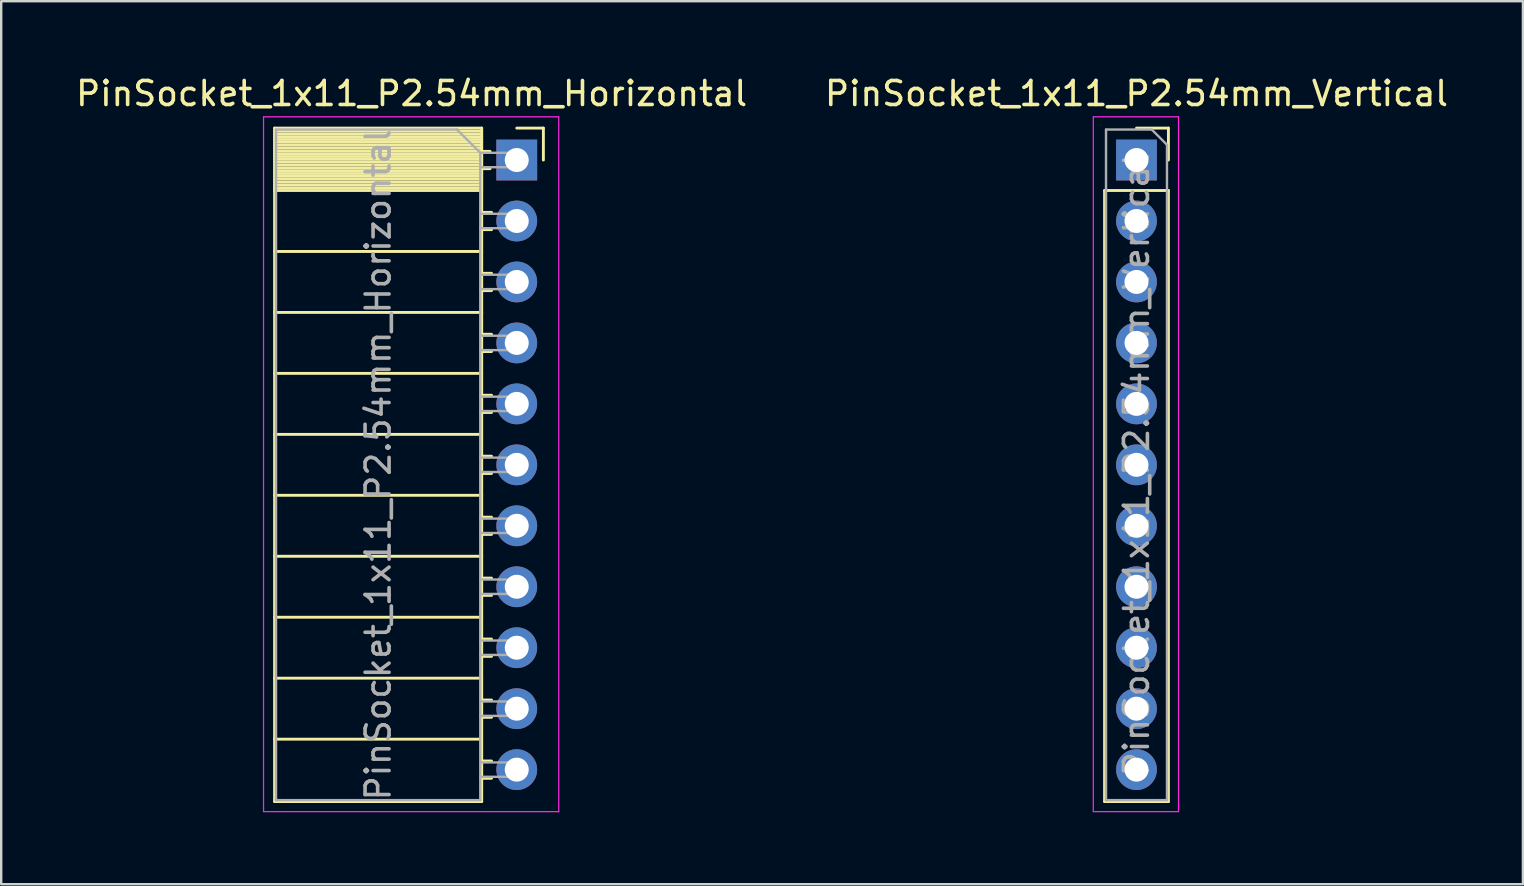
<source format=kicad_pcb>
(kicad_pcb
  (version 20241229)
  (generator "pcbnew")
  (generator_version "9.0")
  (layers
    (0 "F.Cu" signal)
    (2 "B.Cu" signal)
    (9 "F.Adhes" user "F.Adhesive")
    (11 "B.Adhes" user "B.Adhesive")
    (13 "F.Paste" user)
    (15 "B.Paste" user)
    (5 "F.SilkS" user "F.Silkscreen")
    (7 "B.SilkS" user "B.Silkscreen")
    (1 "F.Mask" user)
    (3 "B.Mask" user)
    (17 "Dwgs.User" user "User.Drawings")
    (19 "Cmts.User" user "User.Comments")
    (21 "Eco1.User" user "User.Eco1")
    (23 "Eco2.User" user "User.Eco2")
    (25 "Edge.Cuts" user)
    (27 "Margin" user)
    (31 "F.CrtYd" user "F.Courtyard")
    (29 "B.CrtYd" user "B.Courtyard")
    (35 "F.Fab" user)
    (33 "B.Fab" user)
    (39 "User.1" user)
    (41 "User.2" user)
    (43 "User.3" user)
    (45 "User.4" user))
  (footprint "PinSocket_1x11_P2.54mm_Vertical"
    (layer "F.Cu")
    (at 44.304 3.618)
    (property "Reference" "PinSocket_1x11_P2.54mm_Vertical" (at 0 -2.77 0) (layer "F.SilkS") (effects (font (size 1 1) (thickness 0.15))))
    (attr through_hole)
    (fp_line (start -1.33 1.27) (end -1.33 26.73) (stroke (width 0.12) (type solid)) (layer "F.SilkS"))
    (fp_line (start -1.33 1.27) (end 1.33 1.27) (stroke (width 0.12) (type solid)) (layer "F.SilkS"))
    (fp_line (start -1.33 26.73) (end 1.33 26.73) (stroke (width 0.12) (type solid)) (layer "F.SilkS"))
    (fp_line (start 0 -1.33) (end 1.33 -1.33) (stroke (width 0.12) (type solid)) (layer "F.SilkS"))
    (fp_line (start 1.33 -1.33) (end 1.33 0) (stroke (width 0.12) (type solid)) (layer "F.SilkS"))
    (fp_line (start 1.33 1.27) (end 1.33 26.73) (stroke (width 0.12) (type solid)) (layer "F.SilkS"))
    (fp_line (start -1.8 -1.8) (end 1.75 -1.8) (stroke (width 0.05) (type solid)) (layer "F.CrtYd"))
    (fp_line (start -1.8 27.15) (end -1.8 -1.8) (stroke (width 0.05) (type solid)) (layer "F.CrtYd"))
    (fp_line (start 1.75 -1.8) (end 1.75 27.15) (stroke (width 0.05) (type solid)) (layer "F.CrtYd"))
    (fp_line (start 1.75 27.15) (end -1.8 27.15) (stroke (width 0.05) (type solid)) (layer "F.CrtYd"))
    (fp_line (start -1.27 -1.27) (end 0.635 -1.27) (stroke (width 0.1) (type solid)) (layer "F.Fab"))
    (fp_line (start -1.27 26.67) (end -1.27 -1.27) (stroke (width 0.1) (type solid)) (layer "F.Fab"))
    (fp_line (start 0.635 -1.27) (end 1.27 -0.635) (stroke (width 0.1) (type solid)) (layer "F.Fab"))
    (fp_line (start 1.27 -0.635) (end 1.27 26.67) (stroke (width 0.1) (type solid)) (layer "F.Fab"))
    (fp_line (start 1.27 26.67) (end -1.27 26.67) (stroke (width 0.1) (type solid)) (layer "F.Fab"))
    (fp_text user "${REFERENCE}" (at 0 12.7 90) (layer "F.Fab") (effects (font (size 1 1) (thickness 0.15))))
    (pad "1" thru_hole rect (at 0 0) (size 1.7 1.7) (drill 1) (layers "*.Cu" "*.Mask"))
    (pad "2" thru_hole circle (at 0 2.54) (size 1.7 1.7) (drill 1) (layers "*.Cu" "*.Mask"))
    (pad "3" thru_hole circle (at 0 5.08) (size 1.7 1.7) (drill 1) (layers "*.Cu" "*.Mask"))
    (pad "4" thru_hole circle (at 0 7.62) (size 1.7 1.7) (drill 1) (layers "*.Cu" "*.Mask"))
    (pad "5" thru_hole circle (at 0 10.16) (size 1.7 1.7) (drill 1) (layers "*.Cu" "*.Mask"))
    (pad "6" thru_hole circle (at 0 12.7) (size 1.7 1.7) (drill 1) (layers "*.Cu" "*.Mask"))
    (pad "7" thru_hole circle (at 0 15.24) (size 1.7 1.7) (drill 1) (layers "*.Cu" "*.Mask"))
    (pad "8" thru_hole circle (at 0 17.78) (size 1.7 1.7) (drill 1) (layers "*.Cu" "*.Mask"))
    (pad "9" thru_hole circle (at 0 20.32) (size 1.7 1.7) (drill 1) (layers "*.Cu" "*.Mask"))
    (pad "10" thru_hole circle (at 0 22.86) (size 1.7 1.7) (drill 1) (layers "*.Cu" "*.Mask"))
    (pad "11" thru_hole circle (at 0 25.4) (size 1.7 1.7) (drill 1) (layers "*.Cu" "*.Mask")))
  (footprint "PinSocket_1x11_P2.54mm_Horizontal"
    (layer "F.Cu")
    (at 18.481 3.618)
    (property "Reference" "PinSocket_1x11_P2.54mm_Horizontal" (at -4.38 -2.77 0) (layer "F.SilkS") (effects (font (size 1 1) (thickness 0.15))))
    (attr through_hole)
    (fp_line (start -10.09 -1.33) (end -10.09 26.73) (stroke (width 0.12) (type solid)) (layer "F.SilkS"))
    (fp_line (start -10.09 -1.33) (end -1.46 -1.33) (stroke (width 0.12) (type solid)) (layer "F.SilkS"))
    (fp_line (start -10.09 -1.21) (end -1.46 -1.21) (stroke (width 0.12) (type solid)) (layer "F.SilkS"))
    (fp_line (start -10.09 -1.092) (end -1.46 -1.092) (stroke (width 0.12) (type solid)) (layer "F.SilkS"))
    (fp_line (start -10.09 -0.974) (end -1.46 -0.974) (stroke (width 0.12) (type solid)) (layer "F.SilkS"))
    (fp_line (start -10.09 -0.856) (end -1.46 -0.856) (stroke (width 0.12) (type solid)) (layer "F.SilkS"))
    (fp_line (start -10.09 -0.738) (end -1.46 -0.738) (stroke (width 0.12) (type solid)) (layer "F.SilkS"))
    (fp_line (start -10.09 -0.62) (end -1.46 -0.62) (stroke (width 0.12) (type solid)) (layer "F.SilkS"))
    (fp_line (start -10.09 -0.501) (end -1.46 -0.501) (stroke (width 0.12) (type solid)) (layer "F.SilkS"))
    (fp_line (start -10.09 -0.383) (end -1.46 -0.383) (stroke (width 0.12) (type solid)) (layer "F.SilkS"))
    (fp_line (start -10.09 -0.265) (end -1.46 -0.265) (stroke (width 0.12) (type solid)) (layer "F.SilkS"))
    (fp_line (start -10.09 -0.147) (end -1.46 -0.147) (stroke (width 0.12) (type solid)) (layer "F.SilkS"))
    (fp_line (start -10.09 -0.029) (end -1.46 -0.029) (stroke (width 0.12) (type solid)) (layer "F.SilkS"))
    (fp_line (start -10.09 0.089) (end -1.46 0.089) (stroke (width 0.12) (type solid)) (layer "F.SilkS"))
    (fp_line (start -10.09 0.207) (end -1.46 0.207) (stroke (width 0.12) (type solid)) (layer "F.SilkS"))
    (fp_line (start -10.09 0.325) (end -1.46 0.325) (stroke (width 0.12) (type solid)) (layer "F.SilkS"))
    (fp_line (start -10.09 0.443) (end -1.46 0.443) (stroke (width 0.12) (type solid)) (layer "F.SilkS"))
    (fp_line (start -10.09 0.561) (end -1.46 0.561) (stroke (width 0.12) (type solid)) (layer "F.SilkS"))
    (fp_line (start -10.09 0.68) (end -1.46 0.68) (stroke (width 0.12) (type solid)) (layer "F.SilkS"))
    (fp_line (start -10.09 0.798) (end -1.46 0.798) (stroke (width 0.12) (type solid)) (layer "F.SilkS"))
    (fp_line (start -10.09 0.916) (end -1.46 0.916) (stroke (width 0.12) (type solid)) (layer "F.SilkS"))
    (fp_line (start -10.09 1.034) (end -1.46 1.034) (stroke (width 0.12) (type solid)) (layer "F.SilkS"))
    (fp_line (start -10.09 1.152) (end -1.46 1.152) (stroke (width 0.12) (type solid)) (layer "F.SilkS"))
    (fp_line (start -10.09 1.27) (end -1.46 1.27) (stroke (width 0.12) (type solid)) (layer "F.SilkS"))
    (fp_line (start -10.09 3.81) (end -1.46 3.81) (stroke (width 0.12) (type solid)) (layer "F.SilkS"))
    (fp_line (start -10.09 6.35) (end -1.46 6.35) (stroke (width 0.12) (type solid)) (layer "F.SilkS"))
    (fp_line (start -10.09 8.89) (end -1.46 8.89) (stroke (width 0.12) (type solid)) (layer "F.SilkS"))
    (fp_line (start -10.09 11.43) (end -1.46 11.43) (stroke (width 0.12) (type solid)) (layer "F.SilkS"))
    (fp_line (start -10.09 13.97) (end -1.46 13.97) (stroke (width 0.12) (type solid)) (layer "F.SilkS"))
    (fp_line (start -10.09 16.51) (end -1.46 16.51) (stroke (width 0.12) (type solid)) (layer "F.SilkS"))
    (fp_line (start -10.09 19.05) (end -1.46 19.05) (stroke (width 0.12) (type solid)) (layer "F.SilkS"))
    (fp_line (start -10.09 21.59) (end -1.46 21.59) (stroke (width 0.12) (type solid)) (layer "F.SilkS"))
    (fp_line (start -10.09 24.13) (end -1.46 24.13) (stroke (width 0.12) (type solid)) (layer "F.SilkS"))
    (fp_line (start -10.09 26.73) (end -1.46 26.73) (stroke (width 0.12) (type solid)) (layer "F.SilkS"))
    (fp_line (start -1.46 -1.33) (end -1.46 26.73) (stroke (width 0.12) (type solid)) (layer "F.SilkS"))
    (fp_line (start -1.46 -0.36) (end -1.11 -0.36) (stroke (width 0.12) (type solid)) (layer "F.SilkS"))
    (fp_line (start -1.46 0.36) (end -1.11 0.36) (stroke (width 0.12) (type solid)) (layer "F.SilkS"))
    (fp_line (start -1.46 2.18) (end -1.05 2.18) (stroke (width 0.12) (type solid)) (layer "F.SilkS"))
    (fp_line (start -1.46 2.9) (end -1.05 2.9) (stroke (width 0.12) (type solid)) (layer "F.SilkS"))
    (fp_line (start -1.46 4.72) (end -1.05 4.72) (stroke (width 0.12) (type solid)) (layer "F.SilkS"))
    (fp_line (start -1.46 5.44) (end -1.05 5.44) (stroke (width 0.12) (type solid)) (layer "F.SilkS"))
    (fp_line (start -1.46 7.26) (end -1.05 7.26) (stroke (width 0.12) (type solid)) (layer "F.SilkS"))
    (fp_line (start -1.46 7.98) (end -1.05 7.98) (stroke (width 0.12) (type solid)) (layer "F.SilkS"))
    (fp_line (start -1.46 9.8) (end -1.05 9.8) (stroke (width 0.12) (type solid)) (layer "F.SilkS"))
    (fp_line (start -1.46 10.52) (end -1.05 10.52) (stroke (width 0.12) (type solid)) (layer "F.SilkS"))
    (fp_line (start -1.46 12.34) (end -1.05 12.34) (stroke (width 0.12) (type solid)) (layer "F.SilkS"))
    (fp_line (start -1.46 13.06) (end -1.05 13.06) (stroke (width 0.12) (type solid)) (layer "F.SilkS"))
    (fp_line (start -1.46 14.88) (end -1.05 14.88) (stroke (width 0.12) (type solid)) (layer "F.SilkS"))
    (fp_line (start -1.46 15.6) (end -1.05 15.6) (stroke (width 0.12) (type solid)) (layer "F.SilkS"))
    (fp_line (start -1.46 17.42) (end -1.05 17.42) (stroke (width 0.12) (type solid)) (layer "F.SilkS"))
    (fp_line (start -1.46 18.14) (end -1.05 18.14) (stroke (width 0.12) (type solid)) (layer "F.SilkS"))
    (fp_line (start -1.46 19.96) (end -1.05 19.96) (stroke (width 0.12) (type solid)) (layer "F.SilkS"))
    (fp_line (start -1.46 20.68) (end -1.05 20.68) (stroke (width 0.12) (type solid)) (layer "F.SilkS"))
    (fp_line (start -1.46 22.5) (end -1.05 22.5) (stroke (width 0.12) (type solid)) (layer "F.SilkS"))
    (fp_line (start -1.46 23.22) (end -1.05 23.22) (stroke (width 0.12) (type solid)) (layer "F.SilkS"))
    (fp_line (start -1.46 25.04) (end -1.05 25.04) (stroke (width 0.12) (type solid)) (layer "F.SilkS"))
    (fp_line (start -1.46 25.76) (end -1.05 25.76) (stroke (width 0.12) (type solid)) (layer "F.SilkS"))
    (fp_line (start 0 -1.33) (end 1.11 -1.33) (stroke (width 0.12) (type solid)) (layer "F.SilkS"))
    (fp_line (start 1.11 -1.33) (end 1.11 0) (stroke (width 0.12) (type solid)) (layer "F.SilkS"))
    (fp_line (start -10.55 -1.8) (end -10.55 27.15) (stroke (width 0.05) (type solid)) (layer "F.CrtYd"))
    (fp_line (start -10.55 27.15) (end 1.75 27.15) (stroke (width 0.05) (type solid)) (layer "F.CrtYd"))
    (fp_line (start 1.75 -1.8) (end -10.55 -1.8) (stroke (width 0.05) (type solid)) (layer "F.CrtYd"))
    (fp_line (start 1.75 27.15) (end 1.75 -1.8) (stroke (width 0.05) (type solid)) (layer "F.CrtYd"))
    (fp_line (start -10.03 -1.27) (end -2.49 -1.27) (stroke (width 0.1) (type solid)) (layer "F.Fab"))
    (fp_line (start -10.03 26.67) (end -10.03 -1.27) (stroke (width 0.1) (type solid)) (layer "F.Fab"))
    (fp_line (start -2.49 -1.27) (end -1.52 -0.3) (stroke (width 0.1) (type solid)) (layer "F.Fab"))
    (fp_line (start -1.52 -0.3) (end -1.52 26.67) (stroke (width 0.1) (type solid)) (layer "F.Fab"))
    (fp_line (start -1.52 0.3) (end 0 0.3) (stroke (width 0.1) (type solid)) (layer "F.Fab"))
    (fp_line (start -1.52 2.84) (end 0 2.84) (stroke (width 0.1) (type solid)) (layer "F.Fab"))
    (fp_line (start -1.52 5.38) (end 0 5.38) (stroke (width 0.1) (type solid)) (layer "F.Fab"))
    (fp_line (start -1.52 7.92) (end 0 7.92) (stroke (width 0.1) (type solid)) (layer "F.Fab"))
    (fp_line (start -1.52 10.46) (end 0 10.46) (stroke (width 0.1) (type solid)) (layer "F.Fab"))
    (fp_line (start -1.52 13) (end 0 13) (stroke (width 0.1) (type solid)) (layer "F.Fab"))
    (fp_line (start -1.52 15.54) (end 0 15.54) (stroke (width 0.1) (type solid)) (layer "F.Fab"))
    (fp_line (start -1.52 18.08) (end 0 18.08) (stroke (width 0.1) (type solid)) (layer "F.Fab"))
    (fp_line (start -1.52 20.62) (end 0 20.62) (stroke (width 0.1) (type solid)) (layer "F.Fab"))
    (fp_line (start -1.52 23.16) (end 0 23.16) (stroke (width 0.1) (type solid)) (layer "F.Fab"))
    (fp_line (start -1.52 25.7) (end 0 25.7) (stroke (width 0.1) (type solid)) (layer "F.Fab"))
    (fp_line (start -1.52 26.67) (end -10.03 26.67) (stroke (width 0.1) (type solid)) (layer "F.Fab"))
    (fp_line (start 0 -0.3) (end -1.52 -0.3) (stroke (width 0.1) (type solid)) (layer "F.Fab"))
    (fp_line (start 0 0.3) (end 0 -0.3) (stroke (width 0.1) (type solid)) (layer "F.Fab"))
    (fp_line (start 0 2.24) (end -1.52 2.24) (stroke (width 0.1) (type solid)) (layer "F.Fab"))
    (fp_line (start 0 2.84) (end 0 2.24) (stroke (width 0.1) (type solid)) (layer "F.Fab"))
    (fp_line (start 0 4.78) (end -1.52 4.78) (stroke (width 0.1) (type solid)) (layer "F.Fab"))
    (fp_line (start 0 5.38) (end 0 4.78) (stroke (width 0.1) (type solid)) (layer "F.Fab"))
    (fp_line (start 0 7.32) (end -1.52 7.32) (stroke (width 0.1) (type solid)) (layer "F.Fab"))
    (fp_line (start 0 7.92) (end 0 7.32) (stroke (width 0.1) (type solid)) (layer "F.Fab"))
    (fp_line (start 0 9.86) (end -1.52 9.86) (stroke (width 0.1) (type solid)) (layer "F.Fab"))
    (fp_line (start 0 10.46) (end 0 9.86) (stroke (width 0.1) (type solid)) (layer "F.Fab"))
    (fp_line (start 0 12.4) (end -1.52 12.4) (stroke (width 0.1) (type solid)) (layer "F.Fab"))
    (fp_line (start 0 13) (end 0 12.4) (stroke (width 0.1) (type solid)) (layer "F.Fab"))
    (fp_line (start 0 14.94) (end -1.52 14.94) (stroke (width 0.1) (type solid)) (layer "F.Fab"))
    (fp_line (start 0 15.54) (end 0 14.94) (stroke (width 0.1) (type solid)) (layer "F.Fab"))
    (fp_line (start 0 17.48) (end -1.52 17.48) (stroke (width 0.1) (type solid)) (layer "F.Fab"))
    (fp_line (start 0 18.08) (end 0 17.48) (stroke (width 0.1) (type solid)) (layer "F.Fab"))
    (fp_line (start 0 20.02) (end -1.52 20.02) (stroke (width 0.1) (type solid)) (layer "F.Fab"))
    (fp_line (start 0 20.62) (end 0 20.02) (stroke (width 0.1) (type solid)) (layer "F.Fab"))
    (fp_line (start 0 22.56) (end -1.52 22.56) (stroke (width 0.1) (type solid)) (layer "F.Fab"))
    (fp_line (start 0 23.16) (end 0 22.56) (stroke (width 0.1) (type solid)) (layer "F.Fab"))
    (fp_line (start 0 25.1) (end -1.52 25.1) (stroke (width 0.1) (type solid)) (layer "F.Fab"))
    (fp_line (start 0 25.7) (end 0 25.1) (stroke (width 0.1) (type solid)) (layer "F.Fab"))
    (fp_text user "${REFERENCE}" (at -5.775 12.7 90) (layer "F.Fab") (effects (font (size 1 1) (thickness 0.15))))
    (pad "1" thru_hole rect (at 0 0) (size 1.7 1.7) (drill 1) (layers "*.Cu" "*.Mask"))
    (pad "2" thru_hole circle (at 0 2.54) (size 1.7 1.7) (drill 1) (layers "*.Cu" "*.Mask"))
    (pad "3" thru_hole circle (at 0 5.08) (size 1.7 1.7) (drill 1) (layers "*.Cu" "*.Mask"))
    (pad "4" thru_hole circle (at 0 7.62) (size 1.7 1.7) (drill 1) (layers "*.Cu" "*.Mask"))
    (pad "5" thru_hole circle (at 0 10.16) (size 1.7 1.7) (drill 1) (layers "*.Cu" "*.Mask"))
    (pad "6" thru_hole circle (at 0 12.7) (size 1.7 1.7) (drill 1) (layers "*.Cu" "*.Mask"))
    (pad "7" thru_hole circle (at 0 15.24) (size 1.7 1.7) (drill 1) (layers "*.Cu" "*.Mask"))
    (pad "8" thru_hole circle (at 0 17.78) (size 1.7 1.7) (drill 1) (layers "*.Cu" "*.Mask"))
    (pad "9" thru_hole circle (at 0 20.32) (size 1.7 1.7) (drill 1) (layers "*.Cu" "*.Mask"))
    (pad "10" thru_hole circle (at 0 22.86) (size 1.7 1.7) (drill 1) (layers "*.Cu" "*.Mask"))
    (pad "11" thru_hole circle (at 0 25.4) (size 1.7 1.7) (drill 1) (layers "*.Cu" "*.Mask")))
  (gr_rect
    (start -3 -3)
    (end 60.405 33.793)
    (stroke (width 0.1) (type default))
    (fill no)
    (layer "Edge.Cuts")))
</source>
